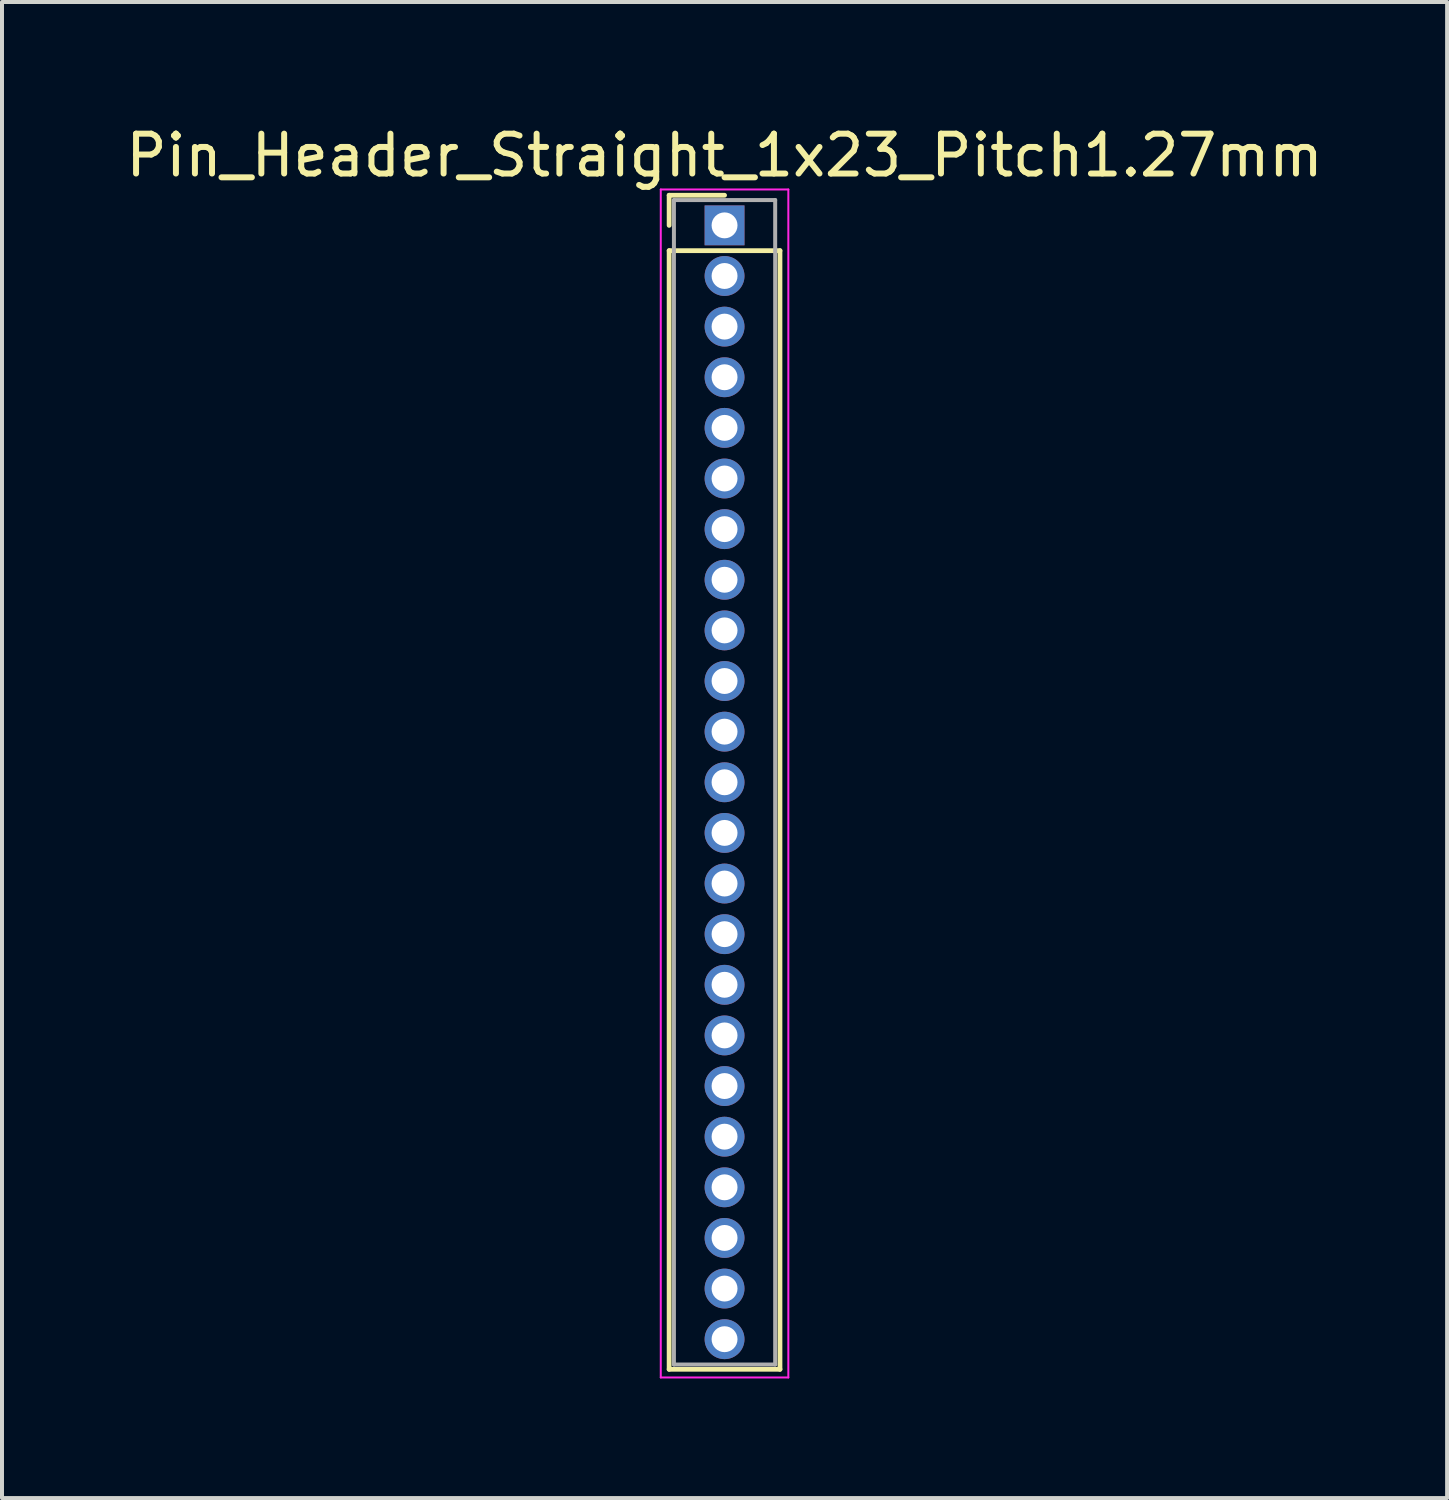
<source format=kicad_pcb>
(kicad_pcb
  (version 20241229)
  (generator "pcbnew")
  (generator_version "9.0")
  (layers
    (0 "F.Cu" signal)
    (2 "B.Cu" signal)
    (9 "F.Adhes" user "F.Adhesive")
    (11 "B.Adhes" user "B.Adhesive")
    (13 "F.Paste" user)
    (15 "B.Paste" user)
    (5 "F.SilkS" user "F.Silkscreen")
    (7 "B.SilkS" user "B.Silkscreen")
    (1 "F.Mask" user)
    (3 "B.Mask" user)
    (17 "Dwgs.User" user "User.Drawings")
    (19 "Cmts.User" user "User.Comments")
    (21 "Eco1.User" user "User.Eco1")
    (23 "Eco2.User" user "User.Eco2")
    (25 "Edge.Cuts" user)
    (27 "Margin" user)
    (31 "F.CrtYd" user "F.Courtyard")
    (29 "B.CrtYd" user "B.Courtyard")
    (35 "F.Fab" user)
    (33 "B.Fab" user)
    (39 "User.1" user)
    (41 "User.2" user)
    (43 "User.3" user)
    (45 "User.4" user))
  (footprint "Pin_Header_Straight_1x23_Pitch1.27mm"
    (layer "F.Cu")
    (at 15.125 2.603)
    (property "Reference" "Pin_Header_Straight_1x23_Pitch1.27mm" (at 0 -1.755 0) (layer "F.SilkS") (effects (font (size 1 1) (thickness 0.15))))
    (attr through_hole)
    (fp_line (start -1.39 -0.755) (end 0 -0.755) (stroke (width 0.12) (type solid)) (layer "F.SilkS"))
    (fp_line (start -1.39 0) (end -1.39 -0.755) (stroke (width 0.12) (type solid)) (layer "F.SilkS"))
    (fp_line (start -1.39 0.635) (end -1.39 28.695) (stroke (width 0.12) (type solid)) (layer "F.SilkS"))
    (fp_line (start -1.39 28.695) (end 1.39 28.695) (stroke (width 0.12) (type solid)) (layer "F.SilkS"))
    (fp_line (start 1.39 0.635) (end -1.39 0.635) (stroke (width 0.12) (type solid)) (layer "F.SilkS"))
    (fp_line (start 1.39 28.695) (end 1.39 0.635) (stroke (width 0.12) (type solid)) (layer "F.SilkS"))
    (fp_line (start -1.6 -0.9) (end -1.6 28.9) (stroke (width 0.05) (type solid)) (layer "F.CrtYd"))
    (fp_line (start -1.6 28.9) (end 1.6 28.9) (stroke (width 0.05) (type solid)) (layer "F.CrtYd"))
    (fp_line (start 1.6 -0.9) (end -1.6 -0.9) (stroke (width 0.05) (type solid)) (layer "F.CrtYd"))
    (fp_line (start 1.6 28.9) (end 1.6 -0.9) (stroke (width 0.05) (type solid)) (layer "F.CrtYd"))
    (fp_line (start -1.27 -0.635) (end -1.27 28.575) (stroke (width 0.1) (type solid)) (layer "F.Fab"))
    (fp_line (start -1.27 28.575) (end 1.27 28.575) (stroke (width 0.1) (type solid)) (layer "F.Fab"))
    (fp_line (start 1.27 -0.635) (end -1.27 -0.635) (stroke (width 0.1) (type solid)) (layer "F.Fab"))
    (fp_line (start 1.27 28.575) (end 1.27 -0.635) (stroke (width 0.1) (type solid)) (layer "F.Fab"))
    (pad "1" thru_hole rect (at 0 0) (size 1 1) (drill 0.65) (layers "*.Cu" "*.Mask"))
    (pad "2" thru_hole oval (at 0 1.27) (size 1 1) (drill 0.65) (layers "*.Cu" "*.Mask"))
    (pad "3" thru_hole oval (at 0 2.54) (size 1 1) (drill 0.65) (layers "*.Cu" "*.Mask"))
    (pad "4" thru_hole oval (at 0 3.81) (size 1 1) (drill 0.65) (layers "*.Cu" "*.Mask"))
    (pad "5" thru_hole oval (at 0 5.08) (size 1 1) (drill 0.65) (layers "*.Cu" "*.Mask"))
    (pad "6" thru_hole oval (at 0 6.35) (size 1 1) (drill 0.65) (layers "*.Cu" "*.Mask"))
    (pad "7" thru_hole oval (at 0 7.62) (size 1 1) (drill 0.65) (layers "*.Cu" "*.Mask"))
    (pad "8" thru_hole oval (at 0 8.89) (size 1 1) (drill 0.65) (layers "*.Cu" "*.Mask"))
    (pad "9" thru_hole oval (at 0 10.16) (size 1 1) (drill 0.65) (layers "*.Cu" "*.Mask"))
    (pad "10" thru_hole oval (at 0 11.43) (size 1 1) (drill 0.65) (layers "*.Cu" "*.Mask"))
    (pad "11" thru_hole oval (at 0 12.7) (size 1 1) (drill 0.65) (layers "*.Cu" "*.Mask"))
    (pad "12" thru_hole oval (at 0 13.97) (size 1 1) (drill 0.65) (layers "*.Cu" "*.Mask"))
    (pad "13" thru_hole oval (at 0 15.24) (size 1 1) (drill 0.65) (layers "*.Cu" "*.Mask"))
    (pad "14" thru_hole oval (at 0 16.51) (size 1 1) (drill 0.65) (layers "*.Cu" "*.Mask"))
    (pad "15" thru_hole oval (at 0 17.78) (size 1 1) (drill 0.65) (layers "*.Cu" "*.Mask"))
    (pad "16" thru_hole oval (at 0 19.05) (size 1 1) (drill 0.65) (layers "*.Cu" "*.Mask"))
    (pad "17" thru_hole oval (at 0 20.32) (size 1 1) (drill 0.65) (layers "*.Cu" "*.Mask"))
    (pad "18" thru_hole oval (at 0 21.59) (size 1 1) (drill 0.65) (layers "*.Cu" "*.Mask"))
    (pad "19" thru_hole oval (at 0 22.86) (size 1 1) (drill 0.65) (layers "*.Cu" "*.Mask"))
    (pad "20" thru_hole oval (at 0 24.13) (size 1 1) (drill 0.65) (layers "*.Cu" "*.Mask"))
    (pad "21" thru_hole oval (at 0 25.4) (size 1 1) (drill 0.65) (layers "*.Cu" "*.Mask"))
    (pad "22" thru_hole oval (at 0 26.67) (size 1 1) (drill 0.65) (layers "*.Cu" "*.Mask"))
    (pad "23" thru_hole oval (at 0 27.94) (size 1 1) (drill 0.65) (layers "*.Cu" "*.Mask")))
  (gr_rect
    (start -3 -3)
    (end 33.25 34.528)
    (stroke (width 0.1) (type default))
    (fill no)
    (layer "Edge.Cuts")))
</source>
